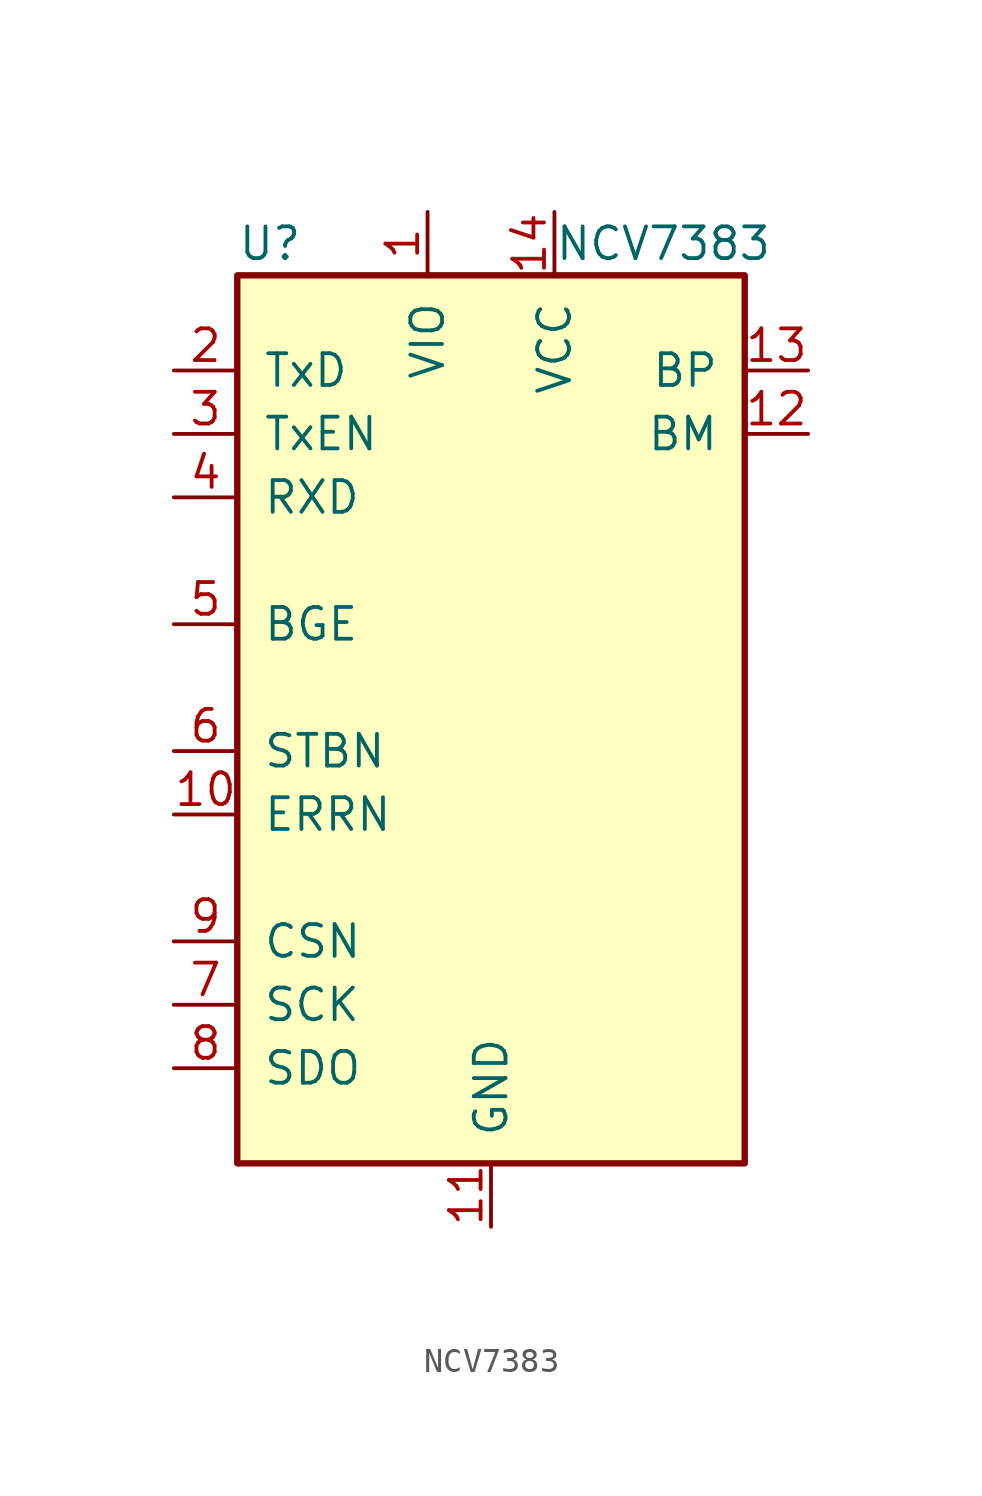
<source format=kicad_sym>
(kicad_symbol_lib
  (version 20241209)
  (generator "kicad_symbol_editor")
  (generator_version "9.0")
  (symbol "NCV7383"
    (pin_names
      (offset 1.016))
    (property "Reference" "U"
      (at -10.16 8.89 0)
      (effects (font (size 1.27 1.27)) (justify left)))
    (property "Value" "NCV7383"
      (at 2.54 8.89 0)
      (effects (font (size 1.27 1.27)) (justify left)))
    (symbol "NCV7383_0_1"
      (rectangle (start -10.16 7.62) (end 10.16 -27.94) (stroke (width 0.254) (type default)) (fill (type background))))
    (symbol "NCV7383_1_1"
      (pin input line (at -12.7 3.81 0) (length 2.54) (name "TxD" (effects (font (size 1.27 1.27)))) (number "2" (effects (font (size 1.27 1.27)))))
      (pin input line (at -12.7 1.27 0) (length 2.54) (name "TxEN" (effects (font (size 1.27 1.27)))) (number "3" (effects (font (size 1.27 1.27)))))
      (pin output line (at -12.7 -1.27 0) (length 2.54) (name "RXD" (effects (font (size 1.27 1.27)))) (number "4" (effects (font (size 1.27 1.27)))))
      (pin input line (at -12.7 -6.35 0) (length 2.54) (name "BGE" (effects (font (size 1.27 1.27)))) (number "5" (effects (font (size 1.27 1.27)))))
      (pin input line (at -12.7 -11.43 0) (length 2.54) (name "STBN" (effects (font (size 1.27 1.27)))) (number "6" (effects (font (size 1.27 1.27)))))
      (pin output line (at -12.7 -13.97 0) (length 2.54) (name "ERRN" (effects (font (size 1.27 1.27)))) (number "10" (effects (font (size 1.27 1.27)))))
      (pin input line (at -12.7 -19.05 0) (length 2.54) (name "CSN" (effects (font (size 1.27 1.27)))) (number "9" (effects (font (size 1.27 1.27)))))
      (pin input line (at -12.7 -21.59 0) (length 2.54) (name "SCK" (effects (font (size 1.27 1.27)))) (number "7" (effects (font (size 1.27 1.27)))))
      (pin output line (at -12.7 -24.13 0) (length 2.54) (name "SDO" (effects (font (size 1.27 1.27)))) (number "8" (effects (font (size 1.27 1.27)))))
      (pin power_in line (at -2.54 10.16 270) (length 2.54) (name "VIO" (effects (font (size 1.27 1.27)))) (number "1" (effects (font (size 1.27 1.27)))))
      (pin power_in line (at 0 -30.48 90) (length 2.54) (name "GND" (effects (font (size 1.27 1.27)))) (number "11" (effects (font (size 1.27 1.27)))))
      (pin power_in line (at 2.54 10.16 270) (length 2.54) (name "VCC" (effects (font (size 1.27 1.27)))) (number "14" (effects (font (size 1.27 1.27)))))
      (pin bidirectional line (at 12.7 3.81 180) (length 2.54) (name "BP" (effects (font (size 1.27 1.27)))) (number "13" (effects (font (size 1.27 1.27)))))
      (pin bidirectional line (at 12.7 1.27 180) (length 2.54) (name "BM" (effects (font (size 1.27 1.27)))) (number "12" (effects (font (size 1.27 1.27))))))))
</source>
